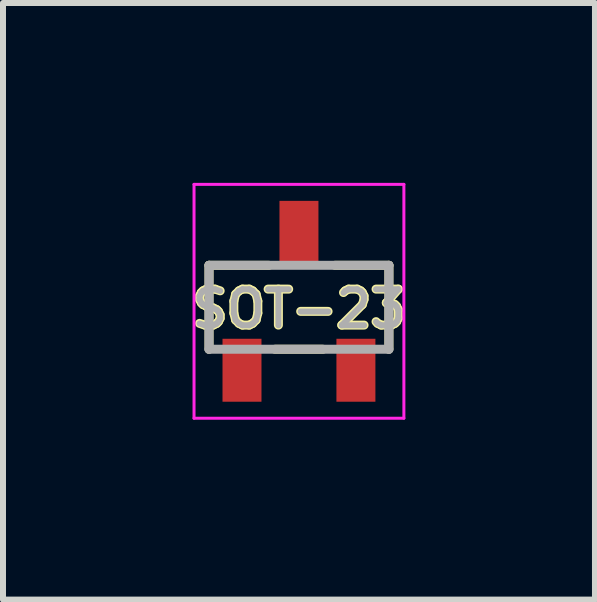
<source format=kicad_pcb>
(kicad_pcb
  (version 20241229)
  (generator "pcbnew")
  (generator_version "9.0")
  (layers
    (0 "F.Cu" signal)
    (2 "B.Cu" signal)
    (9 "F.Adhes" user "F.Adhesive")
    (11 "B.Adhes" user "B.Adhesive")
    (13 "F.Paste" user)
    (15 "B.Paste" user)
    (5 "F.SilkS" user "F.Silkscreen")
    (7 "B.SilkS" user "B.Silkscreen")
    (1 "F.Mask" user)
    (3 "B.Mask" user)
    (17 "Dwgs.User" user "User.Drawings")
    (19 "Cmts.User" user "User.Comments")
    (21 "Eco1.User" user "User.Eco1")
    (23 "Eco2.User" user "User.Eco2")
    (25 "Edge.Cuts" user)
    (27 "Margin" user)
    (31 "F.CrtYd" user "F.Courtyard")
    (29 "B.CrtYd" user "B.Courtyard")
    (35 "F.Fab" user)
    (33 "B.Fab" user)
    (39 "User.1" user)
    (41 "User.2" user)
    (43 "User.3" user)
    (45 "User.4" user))
  (footprint "SOT-23"
    (layer "F.Cu")
    (at 1.936 1.975)
    (property "Reference" "SOT-23" (at 0 0.127 0) (layer "F.SilkS") (effects (font (size 0.6 0.6) (thickness 0.15))))
    (attr smd)
    (fp_line (start -1.5 -0.6) (end -0.5 -0.6) (stroke (width 0.15) (type solid)) (layer "F.SilkS"))
    (fp_line (start -1.5 0.8) (end -1.5 -0.6) (stroke (width 0.15) (type solid)) (layer "F.SilkS"))
    (fp_line (start -0.4 0.8) (end 0.4 0.8) (stroke (width 0.15) (type solid)) (layer "F.SilkS"))
    (fp_line (start 0.6 -0.6) (end 1.5 -0.6) (stroke (width 0.15) (type solid)) (layer "F.SilkS"))
    (fp_line (start 1.5 0.8) (end 1.5 -0.6) (stroke (width 0.15) (type solid)) (layer "F.SilkS"))
    (fp_line (start -1.75 -1.95) (end -1.75 1.95) (stroke (width 0.05) (type solid)) (layer "F.CrtYd"))
    (fp_line (start -1.75 1.95) (end 1.75 1.95) (stroke (width 0.05) (type solid)) (layer "F.CrtYd"))
    (fp_line (start 1.75 -1.95) (end -1.75 -1.95) (stroke (width 0.05) (type solid)) (layer "F.CrtYd"))
    (fp_line (start 1.75 1.95) (end 1.75 -1.95) (stroke (width 0.05) (type solid)) (layer "F.CrtYd"))
    (fp_line (start -1.5 -0.6) (end 1.5 -0.6) (stroke (width 0.15) (type solid)) (layer "F.Fab"))
    (fp_line (start -1.5 0.8) (end -1.5 -0.6) (stroke (width 0.15) (type solid)) (layer "F.Fab"))
    (fp_line (start -1.5 0.8) (end 1.5 0.8) (stroke (width 0.15) (type solid)) (layer "F.Fab"))
    (fp_line (start 1.5 0.8) (end 1.5 -0.6) (stroke (width 0.15) (type solid)) (layer "F.Fab"))
    (fp_text user "${REFERENCE}" (at 0 0.127 0) (layer "F.Fab") (effects (font (size 0.6 0.6) (thickness 0.1))))
    (pad "1" smd rect (at -0.95 1.15) (size 0.65 1.05) (layers "F.Cu" "F.Mask" "F.Paste"))
    (pad "2" smd rect (at 0.95 1.15) (size 0.65 1.05) (layers "F.Cu" "F.Mask" "F.Paste"))
    (pad "3" smd rect (at 0 -1.15) (size 0.65 1.05) (layers "F.Cu" "F.Mask" "F.Paste")))
  (gr_rect
    (start -3 -3)
    (end 6.873 6.95)
    (stroke (width 0.1) (type default))
    (fill no)
    (layer "Edge.Cuts")))
</source>
